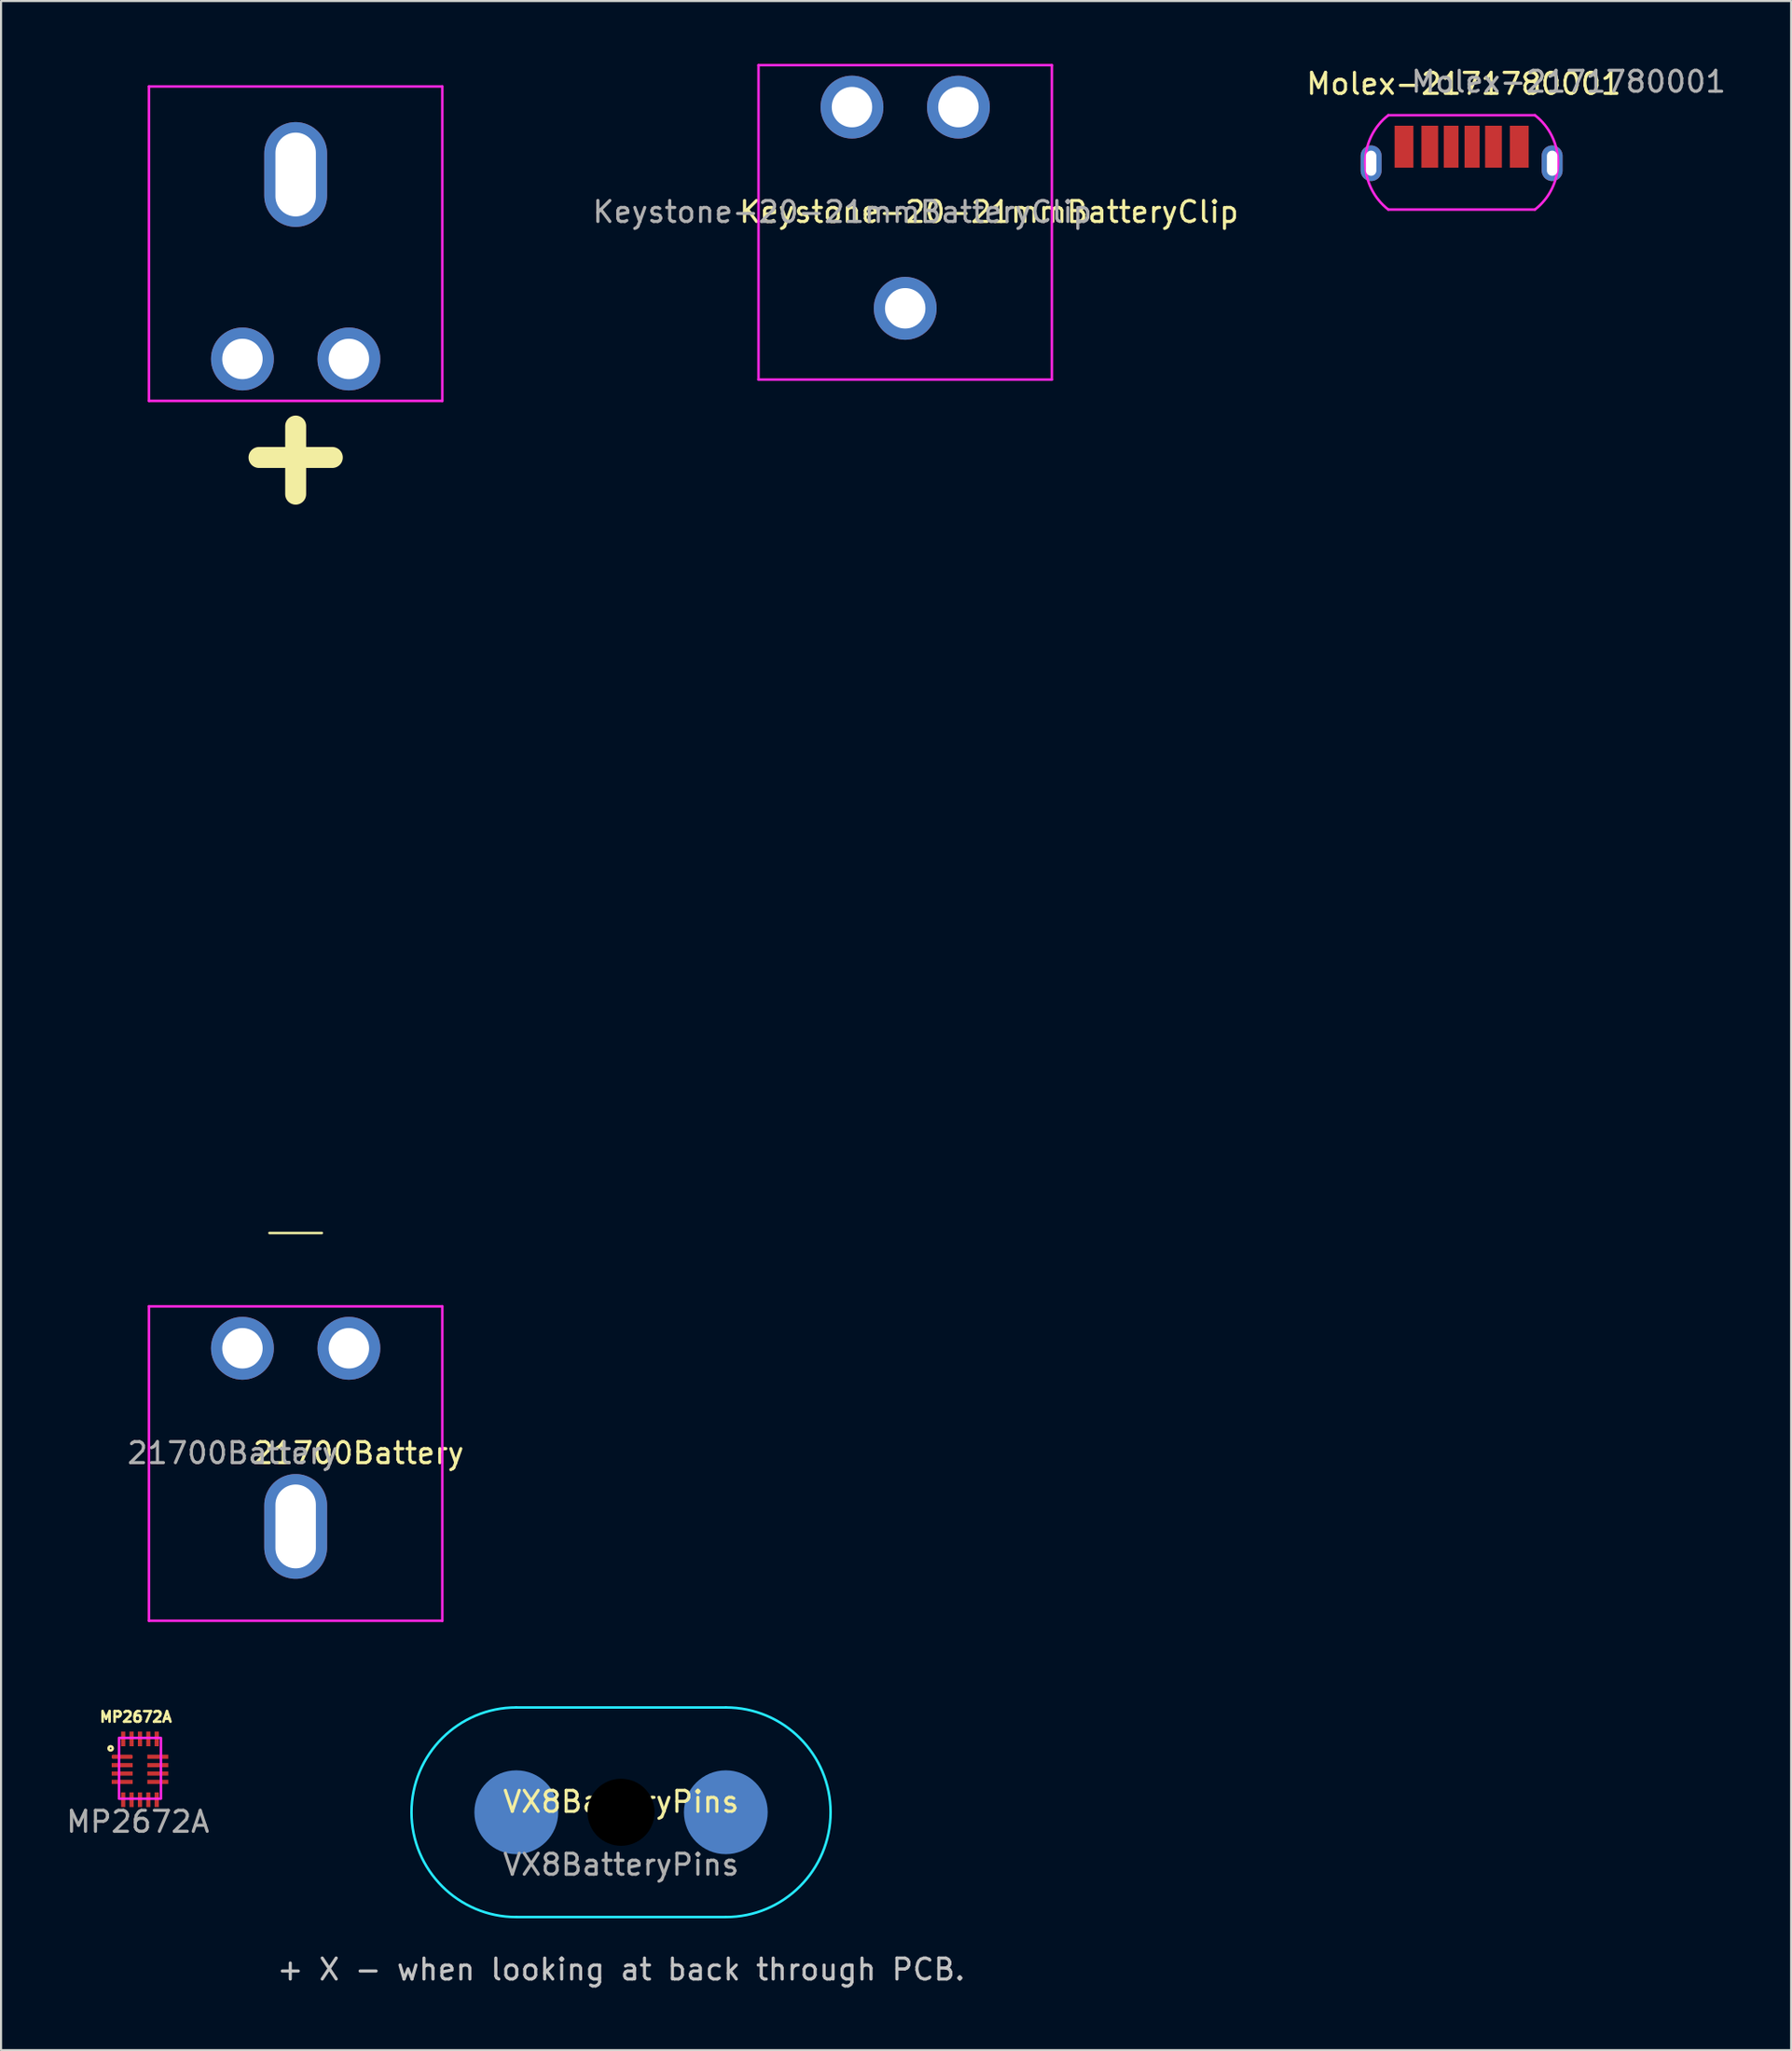
<source format=kicad_pcb>
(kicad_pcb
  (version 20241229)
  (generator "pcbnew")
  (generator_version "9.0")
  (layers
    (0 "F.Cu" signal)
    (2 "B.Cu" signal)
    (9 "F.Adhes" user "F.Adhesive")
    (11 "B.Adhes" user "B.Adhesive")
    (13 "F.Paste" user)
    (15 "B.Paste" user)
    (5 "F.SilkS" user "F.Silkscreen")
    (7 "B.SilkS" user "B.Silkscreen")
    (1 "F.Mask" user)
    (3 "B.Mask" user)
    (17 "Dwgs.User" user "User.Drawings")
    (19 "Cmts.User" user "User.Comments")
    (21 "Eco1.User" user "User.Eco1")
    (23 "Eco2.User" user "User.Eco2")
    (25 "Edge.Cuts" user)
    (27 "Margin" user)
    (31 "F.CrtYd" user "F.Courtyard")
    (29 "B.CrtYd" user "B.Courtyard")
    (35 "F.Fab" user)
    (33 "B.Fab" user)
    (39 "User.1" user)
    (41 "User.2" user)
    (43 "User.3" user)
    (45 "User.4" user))
  (footprint "Keystone-20-21mmBatteryClip"
    (layer "F.Cu")
    (at 40.15 2.06)
    (property "Reference" "Keystone-20-21mmBatteryClip" (at 4 5 0) (unlocked yes) (layer "F.SilkS") (effects (font (size 1 1) (thickness 0.15))))
    (fp_line (start -7 -2) (end 7 -2) (stroke (width 0.12) (type solid)) (layer "F.CrtYd"))
    (fp_line (start -7 13) (end -7 -2) (stroke (width 0.12) (type solid)) (layer "F.CrtYd"))
    (fp_line (start 7 -2) (end 7 13) (stroke (width 0.12) (type solid)) (layer "F.CrtYd"))
    (fp_line (start 7 13) (end -7 13) (stroke (width 0.12) (type solid)) (layer "F.CrtYd"))
    (fp_line (start -11 -2) (end -11 12) (stroke (width 0.12) (type solid)) (layer "User.1"))
    (fp_line (start 11 -2) (end 11 12) (stroke (width 0.12) (type solid)) (layer "User.1"))
    (fp_arc (start 11 11.999999) (mid 0 14.016124) (end -10.999999 11.999999) (stroke (width 0.12) (type solid)) (layer "User.1"))
    (fp_text user "${REFERENCE}" (at -3 5 0) (unlocked yes) (layer "F.Fab") (effects (font (size 1 1) (thickness 0.15))))
    (pad "1" thru_hole circle (at -2.54 0) (size 3 3) (drill 1.93) (layers "*.Cu" "*.Mask"))
    (pad "2" thru_hole circle (at 2.54 0) (size 3 3) (drill 1.93) (layers "*.Cu" "*.Mask"))
    (pad "3" thru_hole circle (at 0 9.6) (size 3 3) (drill 1.93) (layers "*.Cu" "*.Mask")))
  (footprint "Molex-2171780001"
    (layer "F.Cu")
    (at 66.705 2.948)
    (property "Reference" "Molex-2171780001" (at 0.1 -2 0) (unlocked yes) (layer "F.SilkS") (effects (font (size 1 1) (thickness 0.15))))
    (fp_line (start -3.5 -0.5) (end 3.5 -0.5) (stroke (width 0.12) (type solid)) (layer "F.CrtYd"))
    (fp_line (start -3.5 4) (end 3.5 4) (stroke (width 0.12) (type solid)) (layer "F.CrtYd"))
    (fp_arc (start -3.5 4) (mid -4.600439 1.75) (end -3.5 -0.5) (stroke (width 0.12) (type solid)) (layer "F.CrtYd"))
    (fp_arc (start 3.5 -0.5) (mid 4.600439 1.75) (end 3.5 4) (stroke (width 0.12) (type solid)) (layer "F.CrtYd"))
    (fp_text user "${REFERENCE}" (at 5.1 -2.1 0) (unlocked yes) (layer "F.Fab") (effects (font (size 1 1) (thickness 0.15))))
    (pad "1" thru_hole oval (at -4.32 1.79) (size 1 1.7) (drill oval 0.5 1.2) (layers "*.Cu" "*.Mask"))
    (pad "2" smd rect (at -2.75 1) (size 0.9 2) (layers "F.Cu" "F.Mask" "F.Paste"))
    (pad "3" smd rect (at -1.52 1) (size 0.8 2) (layers "F.Cu" "F.Mask" "F.Paste"))
    (pad "4" smd rect (at -0.5 1) (size 0.7 2) (layers "F.Cu" "F.Mask" "F.Paste"))
    (pad "5" smd rect (at 0.5 1) (size 0.722 2) (layers "F.Cu" "F.Mask" "F.Paste"))
    (pad "6" smd rect (at 1.52 1) (size 0.8 2) (layers "F.Cu" "F.Mask" "F.Paste"))
    (pad "7" smd rect (at 2.75 1) (size 0.9 2) (layers "F.Cu" "F.Mask" "F.Paste"))
    (pad "8" thru_hole oval (at 4.32 1.79) (size 1 1.7) (drill oval 0.5 1.2) (layers "*.Cu" "*.Mask")))
  (footprint "21700Battery"
    (layer "F.Cu")
    (at 11.06 61.276)
    (property "Reference" "21700Battery" (at 3 5 180) (layer "F.SilkS") (effects (font (size 1 1) (thickness 0.15))))
    (fp_line (start -1.75 -42.5) (end 1.75 -42.5) (stroke (width 1) (type solid)) (layer "F.SilkS"))
    (fp_line (start -1.25 -5.5) (end 1.25 -5.5) (stroke (width 0.12) (type solid)) (layer "F.SilkS"))
    (fp_line (start 0 -44) (end 0 -40.75) (stroke (width 1) (type solid)) (layer "F.SilkS"))
    (fp_line (start -7 -60.2) (end 7 -60.2) (stroke (width 0.12) (type solid)) (layer "F.CrtYd"))
    (fp_line (start -7 -45.2) (end -7 -60.2) (stroke (width 0.12) (type solid)) (layer "F.CrtYd"))
    (fp_line (start -7 -2) (end 7 -2) (stroke (width 0.12) (type solid)) (layer "F.CrtYd"))
    (fp_line (start -7 13) (end -7 -2) (stroke (width 0.12) (type solid)) (layer "F.CrtYd"))
    (fp_line (start 7 -60.2) (end 7 -45.2) (stroke (width 0.12) (type solid)) (layer "F.CrtYd"))
    (fp_line (start 7 -45.2) (end -7 -45.2) (stroke (width 0.12) (type solid)) (layer "F.CrtYd"))
    (fp_line (start 7 -2) (end 7 13) (stroke (width 0.12) (type solid)) (layer "F.CrtYd"))
    (fp_line (start 7 13) (end -7 13) (stroke (width 0.12) (type solid)) (layer "F.CrtYd"))
    (fp_line (start -11 -45.2) (end -11 -59.2) (stroke (width 0.12) (type solid)) (layer "User.1"))
    (fp_line (start -11 -2) (end -11 12) (stroke (width 0.12) (type solid)) (layer "User.1"))
    (fp_line (start 11 -45.2) (end 11 -59.2) (stroke (width 0.12) (type solid)) (layer "User.1"))
    (fp_line (start 11 -2) (end 11 12) (stroke (width 0.12) (type solid)) (layer "User.1"))
    (fp_arc (start -11 -59.199999) (mid 0 -61.216124) (end 10.999999 -59.199999) (stroke (width 0.12) (type solid)) (layer "User.1"))
    (fp_arc (start 11 11.999999) (mid 0 14.016124) (end -10.999999 11.999999) (stroke (width 0.12) (type solid)) (layer "User.1"))
    (fp_text user "${REFERENCE}" (at -3 5 180) (layer "F.Fab") (effects (font (size 1 1) (thickness 0.15))))
    (pad "1" thru_hole circle (at -2.54 -47.2) (size 3 3) (drill 1.93) (layers "*.Cu" "*.Mask"))
    (pad "1" thru_hole oval (at 0 -56 180) (size 3 5) (drill oval 1.93 4) (layers "*.Cu" "*.Mask"))
    (pad "1" thru_hole circle (at 2.54 -47.2) (size 3 3) (drill 1.93) (layers "*.Cu" "*.Mask"))
    (pad "2" thru_hole circle (at -2.54 0 180) (size 3 3) (drill 1.93) (layers "*.Cu" "*.Mask"))
    (pad "2" thru_hole oval (at 0 8.5 180) (size 3 5) (drill oval 1.93 4) (layers "*.Cu" "*.Mask"))
    (pad "2" thru_hole circle (at 2.54 0 180) (size 3 3) (drill 1.93) (layers "*.Cu" "*.Mask")))
  (footprint "MP2672A"
    (layer "F.Cu")
    (at 3.63 81.364)
    (property "Reference" "MP2672A" (at -0.2 -2.5 0) (unlocked yes) (layer "F.SilkS") (effects (font (size 0.5 0.5) (thickness 0.125))))
    (fp_circle (center -1.4 -1) (end -1.3 -1) (stroke (width 0.12) (type solid)) (fill no) (layer "F.SilkS"))
    (fp_rect (start -1 -1.5) (end 1 1.4) (stroke (width 0.12) (type solid)) (fill no) (layer "F.CrtYd"))
    (fp_text user "${REFERENCE}" (at -0.1 2.5 0) (unlocked yes) (layer "F.Fab") (effects (font (size 1 1) (thickness 0.15))))
    (pad "1" smd roundrect (at -0.85 -0.6) (size 1 0.2) (layers "F.Cu" "F.Mask" "F.Paste") (roundrect_rratio 0.25) (chamfer_ratio 0.2) (chamfer top_left top_right bottom_left bottom_right))
    (pad "2" smd rect (at -0.85 -0.2) (size 1 0.2) (layers "F.Cu" "F.Mask" "F.Paste"))
    (pad "3" smd rect (at -0.85 0.2) (size 1 0.2) (layers "F.Cu" "F.Mask" "F.Paste"))
    (pad "4" smd rect (at -0.85 0.6) (size 1 0.2) (layers "F.Cu" "F.Mask" "F.Paste"))
    (pad "5" smd rect (at -0.8 1.45 90) (size 0.7 0.2) (layers "F.Cu" "F.Mask" "F.Paste"))
    (pad "6" smd rect (at -0.4 1.45 90) (size 0.7 0.2) (layers "F.Cu" "F.Mask" "F.Paste"))
    (pad "7" smd rect (at 0 1.45 90) (size 0.7 0.2) (layers "F.Cu" "F.Mask" "F.Paste"))
    (pad "8" smd rect (at 0.4 1.45 90) (size 0.7 0.2) (layers "F.Cu" "F.Mask" "F.Paste"))
    (pad "9" smd rect (at 0.8 1.45 90) (size 0.7 0.2) (layers "F.Cu" "F.Mask" "F.Paste"))
    (pad "10" smd rect (at 0.85 0.6 180) (size 1 0.2) (layers "F.Cu" "F.Mask" "F.Paste"))
    (pad "11" smd rect (at 0.85 0.2 180) (size 1 0.2) (layers "F.Cu" "F.Mask" "F.Paste"))
    (pad "12" smd rect (at 0.85 -0.2 180) (size 1 0.2) (layers "F.Cu" "F.Mask" "F.Paste"))
    (pad "13" smd rect (at 0.85 -0.6 180) (size 1 0.2) (layers "F.Cu" "F.Mask" "F.Paste"))
    (pad "14" smd rect (at 0.8 -1.45 90) (size 0.7 0.2) (layers "F.Cu" "F.Mask" "F.Paste"))
    (pad "15" smd rect (at 0.4 -1.45 90) (size 0.7 0.2) (layers "F.Cu" "F.Mask" "F.Paste"))
    (pad "16" smd rect (at 0 -1.45 90) (size 0.7 0.2) (layers "F.Cu" "F.Mask" "F.Paste"))
    (pad "17" smd rect (at -0.4 -1.45 90) (size 0.7 0.2) (layers "F.Cu" "F.Mask" "F.Paste"))
    (pad "18" smd rect (at -0.8 -1.45 90) (size 0.7 0.2) (layers "F.Cu" "F.Mask" "F.Paste")))
  (footprint "VX8BatteryPins"
    (layer "F.Cu")
    (at 26.589 83.412)
    (property "Reference" "VX8BatteryPins" (at 0 -0.5 0) (unlocked yes) (layer "F.SilkS") (effects (font (size 1 1) (thickness 0.15))))
    (fp_line (start -5 -5) (end 5 -5) (stroke (width 0.12) (type solid)) (layer "B.CrtYd"))
    (fp_line (start -5 5) (end 5 5) (stroke (width 0.12) (type solid)) (layer "B.CrtYd"))
    (fp_arc (start -5 5) (mid -10 0) (end -5 -5) (stroke (width 0.12) (type solid)) (layer "B.CrtYd"))
    (fp_arc (start 5 -5) (mid 10 0) (end 5 5) (stroke (width 0.12) (type solid)) (layer "B.CrtYd"))
    (fp_text user "+ X - when looking at back through PCB." (at 0 7.5 0) (unlocked yes) (layer "Dwgs.User") (effects (font (size 1 1) (thickness 0.15))))
    (fp_text user "${REFERENCE}" (at 0 2.5 0) (unlocked yes) (layer "F.Fab") (effects (font (size 1 1) (thickness 0.15))))
    (fp_text user "+ X -" (at 0 -2.5 0) (unlocked yes) (layer "User.1") (effects (font (size 1 1) (thickness 0.15))))
    (pad "" np_thru_hole circle (at 0 0) (size 3.5 3.5) (drill 3.2) (layers "*.Mask"))
    (pad "1" smd circle (at -5 0) (size 4 4) (layers "B.Cu" "B.Mask"))
    (pad "3" smd circle (at 5 0) (size 4 4) (layers "B.Cu" "B.Mask")))
  (gr_rect
    (start -3 -3)
    (end 82.43 94.76)
    (stroke (width 0.1) (type default))
    (fill no)
    (layer "Edge.Cuts")))
</source>
